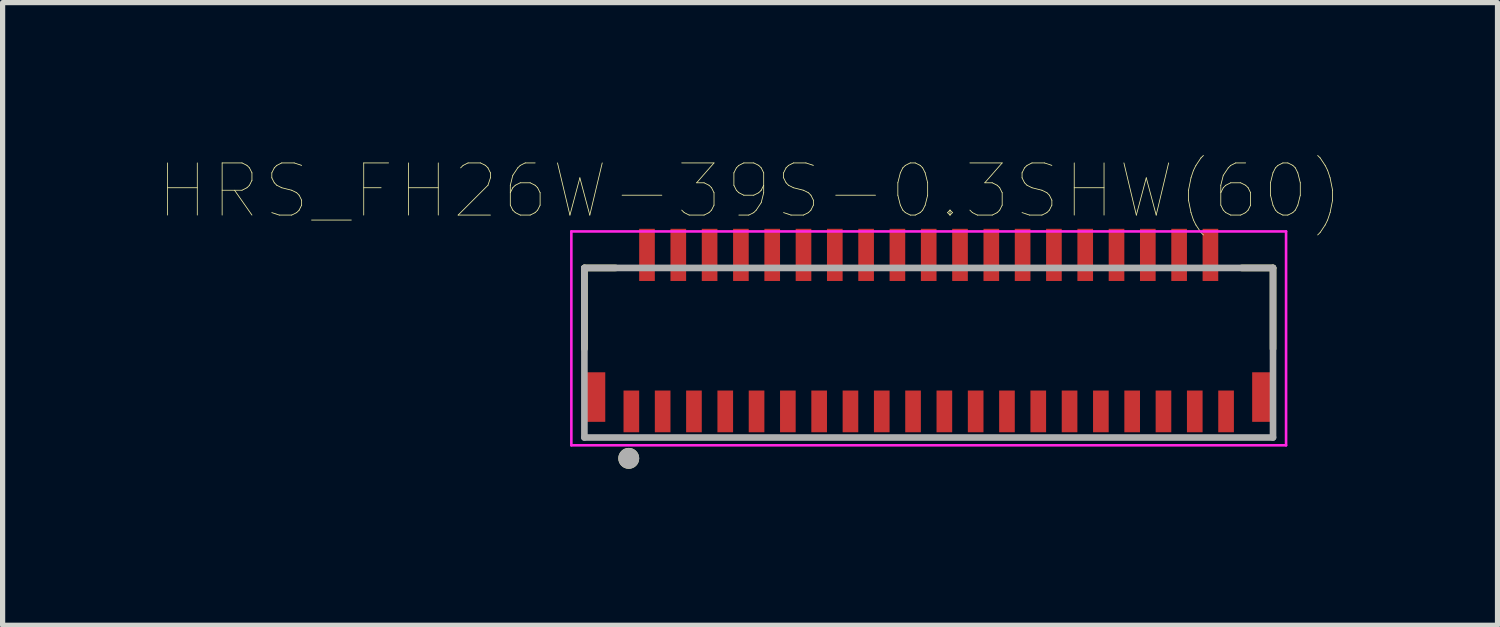
<source format=kicad_pcb>
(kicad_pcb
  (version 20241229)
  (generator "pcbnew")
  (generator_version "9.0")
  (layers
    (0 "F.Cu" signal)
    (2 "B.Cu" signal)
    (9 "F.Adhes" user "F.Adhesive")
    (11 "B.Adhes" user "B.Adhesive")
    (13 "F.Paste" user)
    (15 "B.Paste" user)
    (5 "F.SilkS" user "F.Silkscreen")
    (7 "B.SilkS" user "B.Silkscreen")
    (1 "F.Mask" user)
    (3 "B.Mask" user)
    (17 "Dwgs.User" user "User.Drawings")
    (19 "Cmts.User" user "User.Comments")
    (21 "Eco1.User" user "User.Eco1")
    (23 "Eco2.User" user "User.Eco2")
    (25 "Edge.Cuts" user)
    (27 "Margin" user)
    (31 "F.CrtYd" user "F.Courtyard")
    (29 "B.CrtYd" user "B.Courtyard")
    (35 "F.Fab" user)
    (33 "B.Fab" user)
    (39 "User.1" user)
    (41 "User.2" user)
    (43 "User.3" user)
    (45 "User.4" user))
  (footprint "HRS_FH26W-39S-0.3SHW(60)"
    (layer "F.Cu")
    (at 14.752 3.436)
    (property "Reference" "HRS_FH26W-39S-0.3SHW(60)" (at -3.425 -2.825 0) (layer "F.SilkS") (effects (font (size 1 1) (thickness 0.015))))
    (attr smd)
    (fp_line (start -6.6 -1.35) (end -6 -1.35) (stroke (width 0.127) (type solid)) (layer "F.SilkS"))
    (fp_line (start -6.6 0.2) (end -6.6 -1.35) (stroke (width 0.127) (type solid)) (layer "F.SilkS"))
    (fp_line (start 6.6 -1.35) (end 6 -1.35) (stroke (width 0.127) (type solid)) (layer "F.SilkS"))
    (fp_line (start 6.6 0.2) (end 6.6 -1.35) (stroke (width 0.127) (type solid)) (layer "F.SilkS"))
    (fp_circle (center -5.75 2.3) (end -5.65 2.3) (stroke (width 0.2) (type solid)) (fill no) (layer "F.SilkS"))
    (fp_line (start -6.85 -2.05) (end 6.85 -2.05) (stroke (width 0.05) (type solid)) (layer "F.CrtYd"))
    (fp_line (start -6.85 2.05) (end -6.85 -2.05) (stroke (width 0.05) (type solid)) (layer "F.CrtYd"))
    (fp_line (start 6.85 -2.05) (end 6.85 2.05) (stroke (width 0.05) (type solid)) (layer "F.CrtYd"))
    (fp_line (start 6.85 2.05) (end -6.85 2.05) (stroke (width 0.05) (type solid)) (layer "F.CrtYd"))
    (fp_line (start -6.6 -1.35) (end 6.6 -1.35) (stroke (width 0.127) (type solid)) (layer "F.Fab"))
    (fp_line (start -6.6 1.9) (end -6.6 -1.35) (stroke (width 0.127) (type solid)) (layer "F.Fab"))
    (fp_line (start 6.6 -1.35) (end 6.6 1.9) (stroke (width 0.127) (type solid)) (layer "F.Fab"))
    (fp_line (start 6.6 1.9) (end -6.6 1.9) (stroke (width 0.127) (type solid)) (layer "F.Fab"))
    (fp_circle (center -5.75 2.3) (end -5.65 2.3) (stroke (width 0.2) (type solid)) (fill no) (layer "F.Fab"))
    (pad "1" smd rect (at -5.7 1.4) (size 0.3 0.8) (layers "F.Cu" "F.Mask" "F.Paste"))
    (pad "2" smd rect (at -5.4 -1.6) (size 0.3 1) (layers "F.Cu" "F.Mask" "F.Paste"))
    (pad "3" smd rect (at -5.1 1.4) (size 0.3 0.8) (layers "F.Cu" "F.Mask" "F.Paste"))
    (pad "4" smd rect (at -4.8 -1.6) (size 0.3 1) (layers "F.Cu" "F.Mask" "F.Paste"))
    (pad "5" smd rect (at -4.5 1.4) (size 0.3 0.8) (layers "F.Cu" "F.Mask" "F.Paste"))
    (pad "6" smd rect (at -4.2 -1.6) (size 0.3 1) (layers "F.Cu" "F.Mask" "F.Paste"))
    (pad "7" smd rect (at -3.9 1.4) (size 0.3 0.8) (layers "F.Cu" "F.Mask" "F.Paste"))
    (pad "8" smd rect (at -3.6 -1.6) (size 0.3 1) (layers "F.Cu" "F.Mask" "F.Paste"))
    (pad "9" smd rect (at -3.3 1.4) (size 0.3 0.8) (layers "F.Cu" "F.Mask" "F.Paste"))
    (pad "10" smd rect (at -3 -1.6) (size 0.3 1) (layers "F.Cu" "F.Mask" "F.Paste"))
    (pad "11" smd rect (at -2.7 1.4) (size 0.3 0.8) (layers "F.Cu" "F.Mask" "F.Paste"))
    (pad "12" smd rect (at -2.4 -1.6) (size 0.3 1) (layers "F.Cu" "F.Mask" "F.Paste"))
    (pad "13" smd rect (at -2.1 1.4) (size 0.3 0.8) (layers "F.Cu" "F.Mask" "F.Paste"))
    (pad "14" smd rect (at -1.8 -1.6) (size 0.3 1) (layers "F.Cu" "F.Mask" "F.Paste"))
    (pad "15" smd rect (at -1.5 1.4) (size 0.3 0.8) (layers "F.Cu" "F.Mask" "F.Paste"))
    (pad "16" smd rect (at -1.2 -1.6) (size 0.3 1) (layers "F.Cu" "F.Mask" "F.Paste"))
    (pad "17" smd rect (at -0.9 1.4) (size 0.3 0.8) (layers "F.Cu" "F.Mask" "F.Paste"))
    (pad "18" smd rect (at -0.6 -1.6) (size 0.3 1) (layers "F.Cu" "F.Mask" "F.Paste"))
    (pad "19" smd rect (at -0.3 1.4) (size 0.3 0.8) (layers "F.Cu" "F.Mask" "F.Paste"))
    (pad "20" smd rect (at 0 -1.6) (size 0.3 1) (layers "F.Cu" "F.Mask" "F.Paste"))
    (pad "21" smd rect (at 0.3 1.4) (size 0.3 0.8) (layers "F.Cu" "F.Mask" "F.Paste"))
    (pad "22" smd rect (at 0.6 -1.6) (size 0.3 1) (layers "F.Cu" "F.Mask" "F.Paste"))
    (pad "23" smd rect (at 0.9 1.4) (size 0.3 0.8) (layers "F.Cu" "F.Mask" "F.Paste"))
    (pad "24" smd rect (at 1.2 -1.6) (size 0.3 1) (layers "F.Cu" "F.Mask" "F.Paste"))
    (pad "25" smd rect (at 1.5 1.4) (size 0.3 0.8) (layers "F.Cu" "F.Mask" "F.Paste"))
    (pad "26" smd rect (at 1.8 -1.6) (size 0.3 1) (layers "F.Cu" "F.Mask" "F.Paste"))
    (pad "27" smd rect (at 2.1 1.4) (size 0.3 0.8) (layers "F.Cu" "F.Mask" "F.Paste"))
    (pad "28" smd rect (at 2.4 -1.6) (size 0.3 1) (layers "F.Cu" "F.Mask" "F.Paste"))
    (pad "29" smd rect (at 2.7 1.4) (size 0.3 0.8) (layers "F.Cu" "F.Mask" "F.Paste"))
    (pad "30" smd rect (at 3 -1.6) (size 0.3 1) (layers "F.Cu" "F.Mask" "F.Paste"))
    (pad "31" smd rect (at 3.3 1.4) (size 0.3 0.8) (layers "F.Cu" "F.Mask" "F.Paste"))
    (pad "32" smd rect (at 3.6 -1.6) (size 0.3 1) (layers "F.Cu" "F.Mask" "F.Paste"))
    (pad "33" smd rect (at 3.9 1.4) (size 0.3 0.8) (layers "F.Cu" "F.Mask" "F.Paste"))
    (pad "34" smd rect (at 4.2 -1.6) (size 0.3 1) (layers "F.Cu" "F.Mask" "F.Paste"))
    (pad "35" smd rect (at 4.5 1.4) (size 0.3 0.8) (layers "F.Cu" "F.Mask" "F.Paste"))
    (pad "36" smd rect (at 4.8 -1.6) (size 0.3 1) (layers "F.Cu" "F.Mask" "F.Paste"))
    (pad "37" smd rect (at 5.1 1.4) (size 0.3 0.8) (layers "F.Cu" "F.Mask" "F.Paste"))
    (pad "38" smd rect (at 5.4 -1.6) (size 0.3 1) (layers "F.Cu" "F.Mask" "F.Paste"))
    (pad "39" smd rect (at 5.7 1.4) (size 0.3 0.8) (layers "F.Cu" "F.Mask" "F.Paste"))
    (pad "S1" smd rect (at -6.4 1.125) (size 0.4 0.95) (layers "F.Cu" "F.Mask" "F.Paste"))
    (pad "S2" smd rect (at 6.4 1.125) (size 0.4 0.95) (layers "F.Cu" "F.Mask" "F.Paste")))
  (gr_rect
    (start -3 -3)
    (end 25.655 8.936)
    (stroke (width 0.1) (type default))
    (fill no)
    (layer "Edge.Cuts")))
</source>
